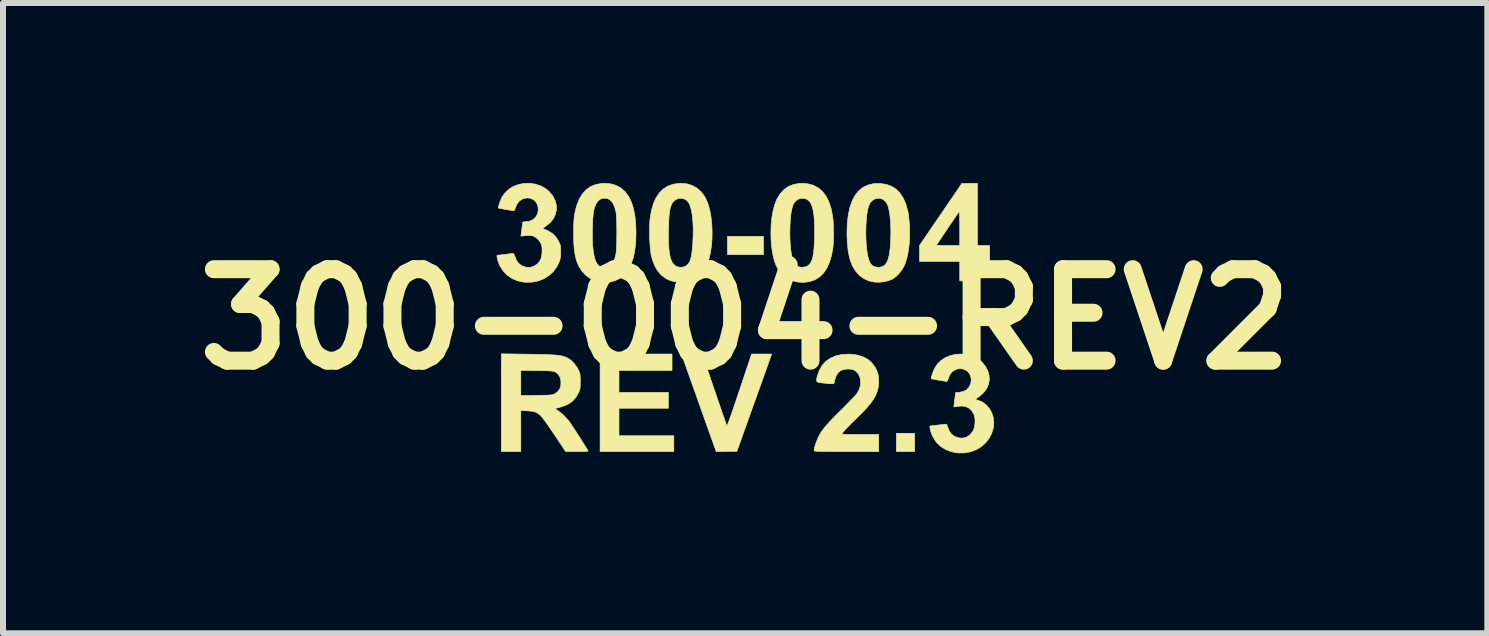
<source format=kicad_pcb>
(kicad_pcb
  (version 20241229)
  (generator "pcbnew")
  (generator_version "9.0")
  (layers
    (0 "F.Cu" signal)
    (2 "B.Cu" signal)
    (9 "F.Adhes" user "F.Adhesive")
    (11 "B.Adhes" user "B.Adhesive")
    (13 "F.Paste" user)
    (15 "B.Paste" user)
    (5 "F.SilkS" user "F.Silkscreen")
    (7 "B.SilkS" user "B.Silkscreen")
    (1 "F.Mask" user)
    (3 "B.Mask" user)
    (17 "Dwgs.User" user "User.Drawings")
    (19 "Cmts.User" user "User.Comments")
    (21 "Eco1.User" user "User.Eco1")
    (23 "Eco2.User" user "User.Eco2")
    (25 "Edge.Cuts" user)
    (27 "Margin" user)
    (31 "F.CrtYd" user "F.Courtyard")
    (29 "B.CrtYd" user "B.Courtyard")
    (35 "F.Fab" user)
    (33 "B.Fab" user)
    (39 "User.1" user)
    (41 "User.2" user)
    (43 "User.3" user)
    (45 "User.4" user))
  (footprint "300-004-REV2"
    (layer "F.Cu")
    (at 9.369 2.271)
    (property "Reference" "300-004-REV2" (at 0 0 0) (layer "F.SilkS") (effects (font (size 1.524 1.524) (thickness 0.3))))
    (attr through_hole)
    (fp_poly (pts (xy 0.305 -1.077) (xy -0.295 -1.077) (xy -0.295 -1.382) (xy 0.305 -1.382) (xy 0.305 -1.077)) (stroke (width 0.01) (type solid)) (fill yes) (layer "F.SilkS"))
    (fp_poly (pts (xy 2.824 2.205) (xy 2.52 2.205) (xy 2.52 1.9) (xy 2.824 1.9) (xy 2.824 2.205)) (stroke (width 0.01) (type solid)) (fill yes) (layer "F.SilkS"))
    (fp_poly (pts (xy -1.219 0.853) (xy -2.103 0.853) (xy -2.103 1.219) (xy -1.28 1.219) (xy -1.28 1.483) (xy -2.103 1.483) (xy -2.103 1.941) (xy -1.189 1.941) (xy -1.189 2.205) (xy -2.418 2.205) (xy -2.418 0.579) (xy -1.219 0.579) (xy -1.219 0.853)) (stroke (width 0.01) (type solid)) (fill yes) (layer "F.SilkS"))
    (fp_poly (pts (xy 3.871 -1.229) (xy 4.074 -1.229) (xy 4.074 -0.965) (xy 3.871 -0.965) (xy 3.871 -0.64) (xy 3.576 -0.64) (xy 3.576 -0.965) (xy 2.906 -0.965) (xy 2.906 -1.23) (xy 2.909 -1.235) (xy 3.19 -1.235) (xy 3.2 -1.233) (xy 3.227 -1.232) (xy 3.268 -1.231) (xy 3.32 -1.23) (xy 3.379 -1.229) (xy 3.383 -1.229) (xy 3.576 -1.229) (xy 3.576 -1.514) (xy 3.576 -1.593) (xy 3.575 -1.661) (xy 3.574 -1.718) (xy 3.572 -1.76) (xy 3.57 -1.786) (xy 3.567 -1.794) (xy 3.56 -1.785) (xy 3.543 -1.761) (xy 3.518 -1.725) (xy 3.486 -1.68) (xy 3.451 -1.627) (xy 3.412 -1.57) (xy 3.372 -1.511) (xy 3.332 -1.451) (xy 3.294 -1.395) (xy 3.259 -1.343) (xy 3.23 -1.299) (xy 3.208 -1.264) (xy 3.194 -1.242) (xy 3.19 -1.235) (xy 2.909 -1.235) (xy 3.612 -2.265) (xy 3.741 -2.265) (xy 3.871 -2.266) (xy 3.871 -1.229)) (stroke (width 0.01) (type solid)) (fill yes) (layer "F.SilkS"))
    (fp_poly (pts (xy 0.433 0.602) (xy 0.429 0.615) (xy 0.418 0.645) (xy 0.401 0.692) (xy 0.38 0.754) (xy 0.353 0.828) (xy 0.322 0.915) (xy 0.288 1.012) (xy 0.25 1.118) (xy 0.209 1.231) (xy 0.167 1.35) (xy 0.144 1.412) (xy -0.138 2.2) (xy -0.31 2.202) (xy -0.483 2.205) (xy -0.77 1.4) (xy -0.813 1.277) (xy -0.855 1.16) (xy -0.894 1.05) (xy -0.93 0.948) (xy -0.963 0.856) (xy -0.991 0.775) (xy -1.015 0.707) (xy -1.034 0.653) (xy -1.048 0.614) (xy -1.055 0.591) (xy -1.057 0.587) (xy -1.047 0.584) (xy -1.02 0.582) (xy -0.98 0.58) (xy -0.93 0.579) (xy -0.886 0.579) (xy -0.716 0.579) (xy -0.515 1.172) (xy -0.479 1.277) (xy -0.445 1.377) (xy -0.413 1.469) (xy -0.385 1.553) (xy -0.359 1.625) (xy -0.338 1.686) (xy -0.322 1.733) (xy -0.311 1.763) (xy -0.305 1.777) (xy -0.305 1.777) (xy -0.3 1.771) (xy -0.29 1.745) (xy -0.273 1.702) (xy -0.251 1.642) (xy -0.224 1.564) (xy -0.192 1.471) (xy -0.155 1.363) (xy -0.114 1.24) (xy -0.095 1.185) (xy 0.107 0.579) (xy 0.439 0.579) (xy 0.433 0.602)) (stroke (width 0.01) (type solid)) (fill yes) (layer "F.SilkS"))
    (fp_poly (pts (xy -0.972 -2.257) (xy -0.882 -2.23) (xy -0.803 -2.186) (xy -0.734 -2.125) (xy -0.676 -2.046) (xy -0.657 -2.013) (xy -0.621 -1.929) (xy -0.592 -1.829) (xy -0.571 -1.718) (xy -0.557 -1.598) (xy -0.551 -1.473) (xy -0.552 -1.347) (xy -0.562 -1.223) (xy -0.58 -1.105) (xy -0.605 -0.996) (xy -0.615 -0.964) (xy -0.657 -0.865) (xy -0.711 -0.782) (xy -0.777 -0.715) (xy -0.853 -0.665) (xy -0.94 -0.632) (xy -1.035 -0.617) (xy -1.139 -0.62) (xy -1.143 -0.621) (xy -1.239 -0.642) (xy -1.323 -0.68) (xy -1.396 -0.735) (xy -1.458 -0.806) (xy -1.509 -0.895) (xy -1.548 -1) (xy -1.567 -1.072) (xy -1.576 -1.128) (xy -1.583 -1.2) (xy -1.589 -1.282) (xy -1.593 -1.37) (xy -1.593 -1.384) (xy -1.279 -1.384) (xy -1.277 -1.273) (xy -1.271 -1.178) (xy -1.262 -1.099) (xy -1.249 -1.034) (xy -1.231 -0.98) (xy -1.209 -0.937) (xy -1.206 -0.934) (xy -1.169 -0.895) (xy -1.122 -0.872) (xy -1.07 -0.865) (xy -1.016 -0.875) (xy -0.991 -0.887) (xy -0.962 -0.909) (xy -0.937 -0.938) (xy -0.918 -0.978) (xy -0.902 -1.03) (xy -0.889 -1.096) (xy -0.88 -1.178) (xy -0.873 -1.267) (xy -0.867 -1.396) (xy -0.866 -1.517) (xy -0.871 -1.628) (xy -0.881 -1.727) (xy -0.895 -1.813) (xy -0.914 -1.883) (xy -0.938 -1.938) (xy -0.965 -1.973) (xy -1.012 -2.004) (xy -1.064 -2.016) (xy -1.115 -2.012) (xy -1.163 -1.99) (xy -1.203 -1.953) (xy -1.218 -1.931) (xy -1.233 -1.899) (xy -1.246 -1.861) (xy -1.256 -1.817) (xy -1.264 -1.762) (xy -1.27 -1.695) (xy -1.274 -1.612) (xy -1.277 -1.514) (xy -1.279 -1.384) (xy -1.593 -1.384) (xy -1.594 -1.459) (xy -1.593 -1.545) (xy -1.59 -1.622) (xy -1.585 -1.674) (xy -1.563 -1.808) (xy -1.53 -1.924) (xy -1.486 -2.023) (xy -1.431 -2.106) (xy -1.365 -2.171) (xy -1.288 -2.22) (xy -1.201 -2.251) (xy -1.103 -2.265) (xy -1.072 -2.266) (xy -0.972 -2.257)) (stroke (width 0.01) (type solid)) (fill yes) (layer "F.SilkS"))
    (fp_poly (pts (xy 2.256 -2.263) (xy 2.353 -2.248) (xy 2.439 -2.217) (xy 2.515 -2.169) (xy 2.58 -2.103) (xy 2.634 -2.021) (xy 2.677 -1.921) (xy 2.71 -1.804) (xy 2.719 -1.76) (xy 2.724 -1.721) (xy 2.73 -1.668) (xy 2.735 -1.606) (xy 2.739 -1.543) (xy 2.74 -1.524) (xy 2.741 -1.385) (xy 2.734 -1.253) (xy 2.718 -1.13) (xy 2.695 -1.019) (xy 2.664 -0.923) (xy 2.642 -0.874) (xy 2.608 -0.819) (xy 2.566 -0.765) (xy 2.518 -0.717) (xy 2.472 -0.681) (xy 2.464 -0.675) (xy 2.394 -0.645) (xy 2.313 -0.625) (xy 2.227 -0.617) (xy 2.151 -0.62) (xy 2.058 -0.641) (xy 1.974 -0.68) (xy 1.9 -0.735) (xy 1.837 -0.807) (xy 1.786 -0.893) (xy 1.748 -0.994) (xy 1.738 -1.031) (xy 1.716 -1.142) (xy 1.703 -1.269) (xy 1.697 -1.408) (xy 1.697 -1.44) (xy 1.698 -1.469) (xy 2.011 -1.469) (xy 2.012 -1.361) (xy 2.017 -1.258) (xy 2.026 -1.164) (xy 2.038 -1.081) (xy 2.054 -1.01) (xy 2.074 -0.955) (xy 2.093 -0.922) (xy 2.131 -0.888) (xy 2.18 -0.869) (xy 2.233 -0.865) (xy 2.285 -0.877) (xy 2.293 -0.88) (xy 2.329 -0.905) (xy 2.358 -0.944) (xy 2.382 -0.997) (xy 2.4 -1.067) (xy 2.413 -1.154) (xy 2.418 -1.204) (xy 2.425 -1.317) (xy 2.428 -1.429) (xy 2.427 -1.538) (xy 2.421 -1.639) (xy 2.413 -1.731) (xy 2.4 -1.811) (xy 2.384 -1.877) (xy 2.367 -1.922) (xy 2.332 -1.97) (xy 2.289 -2.002) (xy 2.24 -2.017) (xy 2.189 -2.014) (xy 2.139 -1.994) (xy 2.112 -1.973) (xy 2.083 -1.94) (xy 2.061 -1.894) (xy 2.043 -1.835) (xy 2.03 -1.759) (xy 2.022 -1.692) (xy 2.014 -1.58) (xy 2.011 -1.469) (xy 1.698 -1.469) (xy 1.702 -1.599) (xy 1.719 -1.741) (xy 1.746 -1.867) (xy 1.784 -1.975) (xy 1.833 -2.066) (xy 1.892 -2.14) (xy 1.962 -2.197) (xy 2.043 -2.236) (xy 2.135 -2.259) (xy 2.237 -2.264) (xy 2.256 -2.263)) (stroke (width 0.01) (type solid)) (fill yes) (layer "F.SilkS"))
    (fp_poly (pts (xy 1.049 -2.257) (xy 1.14 -2.232) (xy 1.22 -2.189) (xy 1.289 -2.129) (xy 1.348 -2.052) (xy 1.395 -1.958) (xy 1.432 -1.847) (xy 1.457 -1.719) (xy 1.458 -1.712) (xy 1.465 -1.65) (xy 1.47 -1.573) (xy 1.472 -1.488) (xy 1.473 -1.401) (xy 1.471 -1.317) (xy 1.467 -1.243) (xy 1.463 -1.199) (xy 1.44 -1.067) (xy 1.406 -0.952) (xy 1.362 -0.853) (xy 1.306 -0.771) (xy 1.241 -0.706) (xy 1.165 -0.659) (xy 1.078 -0.628) (xy 0.982 -0.615) (xy 0.877 -0.62) (xy 0.875 -0.621) (xy 0.791 -0.641) (xy 0.71 -0.679) (xy 0.636 -0.732) (xy 0.574 -0.798) (xy 0.549 -0.833) (xy 0.512 -0.904) (xy 0.482 -0.992) (xy 0.458 -1.093) (xy 0.442 -1.203) (xy 0.432 -1.32) (xy 0.429 -1.44) (xy 0.43 -1.471) (xy 0.745 -1.471) (xy 0.746 -1.36) (xy 0.751 -1.254) (xy 0.761 -1.148) (xy 0.774 -1.062) (xy 0.792 -0.992) (xy 0.816 -0.939) (xy 0.845 -0.902) (xy 0.882 -0.878) (xy 0.925 -0.867) (xy 0.963 -0.867) (xy 1.009 -0.875) (xy 1.043 -0.89) (xy 1.044 -0.891) (xy 1.072 -0.916) (xy 1.095 -0.949) (xy 1.114 -0.99) (xy 1.129 -1.042) (xy 1.14 -1.107) (xy 1.148 -1.187) (xy 1.153 -1.283) (xy 1.156 -1.372) (xy 1.157 -1.507) (xy 1.154 -1.624) (xy 1.147 -1.723) (xy 1.135 -1.806) (xy 1.119 -1.873) (xy 1.097 -1.926) (xy 1.07 -1.966) (xy 1.037 -1.994) (xy 0.999 -2.011) (xy 0.995 -2.012) (xy 0.94 -2.017) (xy 0.889 -2.003) (xy 0.844 -1.973) (xy 0.809 -1.928) (xy 0.794 -1.897) (xy 0.778 -1.839) (xy 0.764 -1.765) (xy 0.754 -1.677) (xy 0.748 -1.577) (xy 0.745 -1.471) (xy 0.43 -1.471) (xy 0.432 -1.56) (xy 0.443 -1.677) (xy 0.461 -1.788) (xy 0.486 -1.889) (xy 0.518 -1.978) (xy 0.531 -2.007) (xy 0.584 -2.093) (xy 0.649 -2.162) (xy 0.723 -2.214) (xy 0.809 -2.248) (xy 0.904 -2.264) (xy 0.947 -2.266) (xy 1.049 -2.257)) (stroke (width 0.01) (type solid)) (fill yes) (layer "F.SilkS"))
    (fp_poly (pts (xy -2.241 -2.257) (xy -2.151 -2.231) (xy -2.072 -2.189) (xy -2.003 -2.129) (xy -1.945 -2.052) (xy -1.898 -1.957) (xy -1.862 -1.846) (xy -1.837 -1.717) (xy -1.823 -1.571) (xy -1.819 -1.433) (xy -1.824 -1.277) (xy -1.841 -1.137) (xy -1.868 -1.013) (xy -1.907 -0.906) (xy -1.956 -0.815) (xy -2.016 -0.741) (xy -2.086 -0.684) (xy -2.166 -0.644) (xy -2.257 -0.621) (xy -2.357 -0.616) (xy -2.416 -0.621) (xy -2.503 -0.642) (xy -2.585 -0.68) (xy -2.658 -0.735) (xy -2.722 -0.804) (xy -2.773 -0.886) (xy -2.808 -0.97) (xy -2.826 -1.035) (xy -2.84 -1.104) (xy -2.849 -1.18) (xy -2.856 -1.267) (xy -2.859 -1.369) (xy -2.859 -1.401) (xy -2.548 -1.401) (xy -2.546 -1.314) (xy -2.542 -1.236) (xy -2.541 -1.221) (xy -2.53 -1.119) (xy -2.514 -1.037) (xy -2.494 -0.971) (xy -2.467 -0.923) (xy -2.434 -0.89) (xy -2.393 -0.871) (xy -2.345 -0.866) (xy -2.331 -0.866) (xy -2.277 -0.878) (xy -2.246 -0.894) (xy -2.213 -0.928) (xy -2.185 -0.98) (xy -2.163 -1.046) (xy -2.152 -1.097) (xy -2.148 -1.136) (xy -2.144 -1.191) (xy -2.141 -1.258) (xy -2.14 -1.333) (xy -2.139 -1.414) (xy -2.139 -1.496) (xy -2.14 -1.575) (xy -2.142 -1.647) (xy -2.145 -1.71) (xy -2.149 -1.758) (xy -2.152 -1.783) (xy -2.174 -1.867) (xy -2.203 -1.933) (xy -2.24 -1.98) (xy -2.285 -2.008) (xy -2.298 -2.012) (xy -2.355 -2.019) (xy -2.405 -2.006) (xy -2.448 -1.975) (xy -2.484 -1.927) (xy -2.511 -1.862) (xy -2.526 -1.799) (xy -2.533 -1.741) (xy -2.54 -1.667) (xy -2.544 -1.582) (xy -2.547 -1.492) (xy -2.548 -1.401) (xy -2.859 -1.401) (xy -2.859 -1.433) (xy -2.859 -1.531) (xy -2.856 -1.612) (xy -2.851 -1.682) (xy -2.843 -1.744) (xy -2.832 -1.802) (xy -2.817 -1.86) (xy -2.803 -1.906) (xy -2.762 -2.008) (xy -2.71 -2.093) (xy -2.647 -2.161) (xy -2.573 -2.213) (xy -2.487 -2.247) (xy -2.391 -2.264) (xy -2.342 -2.266) (xy -2.241 -2.257)) (stroke (width 0.01) (type solid)) (fill yes) (layer "F.SilkS"))
    (fp_poly (pts (xy -3.619 0.582) (xy -3.497 0.584) (xy -3.393 0.586) (xy -3.305 0.589) (xy -3.232 0.592) (xy -3.171 0.596) (xy -3.121 0.601) (xy -3.08 0.607) (xy -3.045 0.614) (xy -3.014 0.623) (xy -2.986 0.633) (xy -2.962 0.645) (xy -2.903 0.683) (xy -2.849 0.737) (xy -2.802 0.802) (xy -2.781 0.841) (xy -2.767 0.871) (xy -2.758 0.895) (xy -2.752 0.92) (xy -2.75 0.951) (xy -2.748 0.992) (xy -2.748 1.036) (xy -2.749 1.09) (xy -2.75 1.129) (xy -2.753 1.158) (xy -2.76 1.182) (xy -2.77 1.208) (xy -2.781 1.232) (xy -2.824 1.305) (xy -2.879 1.365) (xy -2.948 1.413) (xy -3.033 1.45) (xy -3.092 1.468) (xy -3.172 1.489) (xy -3.117 1.525) (xy -3.032 1.593) (xy -2.953 1.677) (xy -2.928 1.709) (xy -2.913 1.73) (xy -2.89 1.766) (xy -2.859 1.813) (xy -2.823 1.867) (xy -2.785 1.927) (xy -2.745 1.989) (xy -2.707 2.05) (xy -2.671 2.107) (xy -2.64 2.156) (xy -2.618 2.192) (xy -2.619 2.197) (xy -2.631 2.2) (xy -2.655 2.202) (xy -2.693 2.204) (xy -2.749 2.204) (xy -2.801 2.204) (xy -2.992 2.204) (xy -3.165 1.944) (xy -3.211 1.876) (xy -3.255 1.811) (xy -3.297 1.751) (xy -3.335 1.699) (xy -3.365 1.658) (xy -3.387 1.63) (xy -3.391 1.626) (xy -3.428 1.588) (xy -3.465 1.562) (xy -3.505 1.544) (xy -3.555 1.533) (xy -3.619 1.527) (xy -3.635 1.526) (xy -3.739 1.521) (xy -3.739 2.205) (xy -4.064 2.205) (xy -4.064 1.272) (xy -3.739 1.272) (xy -3.477 1.268) (xy -3.397 1.267) (xy -3.334 1.266) (xy -3.287 1.264) (xy -3.251 1.262) (xy -3.225 1.259) (xy -3.205 1.255) (xy -3.19 1.25) (xy -3.176 1.243) (xy -3.173 1.242) (xy -3.123 1.206) (xy -3.089 1.159) (xy -3.072 1.101) (xy -3.07 1.036) (xy -3.083 0.974) (xy -3.111 0.923) (xy -3.152 0.886) (xy -3.166 0.878) (xy -3.18 0.872) (xy -3.196 0.867) (xy -3.218 0.864) (xy -3.247 0.861) (xy -3.286 0.859) (xy -3.338 0.857) (xy -3.406 0.856) (xy -3.472 0.856) (xy -3.739 0.852) (xy -3.739 1.272) (xy -4.064 1.272) (xy -4.064 0.576) (xy -3.619 0.582)) (stroke (width 0.01) (type solid)) (fill yes) (layer "F.SilkS"))
    (fp_poly (pts (xy 1.757 0.582) (xy 1.865 0.595) (xy 1.959 0.623) (xy 2.04 0.665) (xy 2.108 0.723) (xy 2.163 0.796) (xy 2.191 0.849) (xy 2.207 0.889) (xy 2.217 0.93) (xy 2.222 0.98) (xy 2.223 1) (xy 2.224 1.071) (xy 2.217 1.138) (xy 2.201 1.202) (xy 2.176 1.265) (xy 2.141 1.329) (xy 2.093 1.397) (xy 2.032 1.47) (xy 1.957 1.55) (xy 1.867 1.64) (xy 1.857 1.65) (xy 1.782 1.722) (xy 1.723 1.782) (xy 1.677 1.83) (xy 1.644 1.867) (xy 1.624 1.893) (xy 1.616 1.911) (xy 1.615 1.913) (xy 1.625 1.915) (xy 1.653 1.917) (xy 1.696 1.918) (xy 1.752 1.919) (xy 1.818 1.92) (xy 1.892 1.92) (xy 1.92 1.92) (xy 2.225 1.92) (xy 2.225 2.205) (xy 1.687 2.205) (xy 1.568 2.205) (xy 1.467 2.205) (xy 1.384 2.204) (xy 1.317 2.204) (xy 1.264 2.203) (xy 1.223 2.202) (xy 1.192 2.2) (xy 1.171 2.198) (xy 1.158 2.196) (xy 1.151 2.193) (xy 1.148 2.19) (xy 1.148 2.188) (xy 1.152 2.156) (xy 1.164 2.111) (xy 1.181 2.059) (xy 1.202 2.006) (xy 1.219 1.966) (xy 1.24 1.926) (xy 1.263 1.887) (xy 1.289 1.849) (xy 1.32 1.808) (xy 1.358 1.763) (xy 1.404 1.712) (xy 1.461 1.652) (xy 1.529 1.583) (xy 1.602 1.511) (xy 1.661 1.452) (xy 1.716 1.396) (xy 1.766 1.344) (xy 1.809 1.299) (xy 1.842 1.262) (xy 1.864 1.237) (xy 1.87 1.228) (xy 1.904 1.162) (xy 1.922 1.093) (xy 1.924 1.027) (xy 1.912 0.965) (xy 1.886 0.91) (xy 1.845 0.866) (xy 1.815 0.846) (xy 1.778 0.834) (xy 1.725 0.829) (xy 1.712 0.829) (xy 1.643 0.836) (xy 1.588 0.857) (xy 1.546 0.893) (xy 1.519 0.938) (xy 1.504 0.977) (xy 1.492 1.017) (xy 1.488 1.034) (xy 1.486 1.051) (xy 1.482 1.063) (xy 1.475 1.071) (xy 1.46 1.075) (xy 1.436 1.075) (xy 1.399 1.073) (xy 1.346 1.067) (xy 1.311 1.064) (xy 1.256 1.058) (xy 1.22 1.051) (xy 1.198 1.041) (xy 1.19 1.025) (xy 1.191 0.999) (xy 1.199 0.961) (xy 1.203 0.945) (xy 1.237 0.849) (xy 1.285 0.767) (xy 1.347 0.699) (xy 1.423 0.647) (xy 1.511 0.609) (xy 1.612 0.587) (xy 1.724 0.581) (xy 1.757 0.582)) (stroke (width 0.01) (type solid)) (fill yes) (layer "F.SilkS"))
    (fp_poly (pts (xy 3.68 0.586) (xy 3.767 0.607) (xy 3.848 0.642) (xy 3.922 0.692) (xy 3.95 0.718) (xy 4.006 0.786) (xy 4.044 0.86) (xy 4.065 0.936) (xy 4.069 1.014) (xy 4.054 1.089) (xy 4.021 1.161) (xy 3.981 1.214) (xy 3.949 1.246) (xy 3.913 1.277) (xy 3.886 1.297) (xy 3.86 1.314) (xy 3.844 1.327) (xy 3.84 1.332) (xy 3.849 1.338) (xy 3.871 1.347) (xy 3.884 1.35) (xy 3.956 1.381) (xy 4.019 1.428) (xy 4.071 1.489) (xy 4.11 1.559) (xy 4.135 1.638) (xy 4.144 1.722) (xy 4.136 1.809) (xy 4.136 1.811) (xy 4.107 1.905) (xy 4.062 1.989) (xy 4.003 2.064) (xy 3.93 2.126) (xy 3.847 2.175) (xy 3.755 2.209) (xy 3.656 2.227) (xy 3.552 2.228) (xy 3.52 2.225) (xy 3.425 2.204) (xy 3.337 2.168) (xy 3.258 2.119) (xy 3.194 2.058) (xy 3.194 2.058) (xy 3.171 2.028) (xy 3.146 1.987) (xy 3.123 1.946) (xy 3.106 1.906) (xy 3.092 1.865) (xy 3.083 1.828) (xy 3.079 1.799) (xy 3.081 1.781) (xy 3.085 1.778) (xy 3.098 1.777) (xy 3.127 1.774) (xy 3.168 1.769) (xy 3.216 1.763) (xy 3.264 1.757) (xy 3.306 1.752) (xy 3.335 1.749) (xy 3.35 1.748) (xy 3.359 1.756) (xy 3.37 1.779) (xy 3.377 1.801) (xy 3.403 1.865) (xy 3.438 1.913) (xy 3.486 1.949) (xy 3.497 1.955) (xy 3.562 1.977) (xy 3.626 1.981) (xy 3.686 1.965) (xy 3.74 1.932) (xy 3.784 1.882) (xy 3.806 1.844) (xy 3.822 1.795) (xy 3.83 1.736) (xy 3.831 1.675) (xy 3.823 1.618) (xy 3.811 1.58) (xy 3.774 1.521) (xy 3.726 1.478) (xy 3.668 1.453) (xy 3.6 1.446) (xy 3.541 1.452) (xy 3.509 1.457) (xy 3.486 1.46) (xy 3.479 1.46) (xy 3.479 1.45) (xy 3.482 1.423) (xy 3.486 1.385) (xy 3.492 1.34) (xy 3.508 1.221) (xy 3.565 1.217) (xy 3.634 1.204) (xy 3.689 1.177) (xy 3.73 1.134) (xy 3.757 1.077) (xy 3.76 1.066) (xy 3.768 1.004) (xy 3.758 0.948) (xy 3.734 0.899) (xy 3.698 0.861) (xy 3.651 0.835) (xy 3.598 0.823) (xy 3.54 0.828) (xy 3.5 0.842) (xy 3.449 0.876) (xy 3.41 0.926) (xy 3.388 0.981) (xy 3.377 1.011) (xy 3.367 1.031) (xy 3.361 1.036) (xy 3.346 1.035) (xy 3.316 1.03) (xy 3.277 1.024) (xy 3.233 1.016) (xy 3.189 1.009) (xy 3.15 1.001) (xy 3.119 0.995) (xy 3.102 0.991) (xy 3.101 0.991) (xy 3.101 0.978) (xy 3.107 0.952) (xy 3.118 0.918) (xy 3.131 0.879) (xy 3.147 0.841) (xy 3.16 0.813) (xy 3.206 0.743) (xy 3.266 0.685) (xy 3.337 0.639) (xy 3.417 0.606) (xy 3.503 0.586) (xy 3.591 0.579) (xy 3.68 0.586)) (stroke (width 0.01) (type solid)) (fill yes) (layer "F.SilkS"))
    (fp_poly (pts (xy -3.495 -2.252) (xy -3.405 -2.222) (xy -3.324 -2.176) (xy -3.266 -2.127) (xy -3.207 -2.057) (xy -3.168 -1.981) (xy -3.147 -1.904) (xy -3.145 -1.826) (xy -3.162 -1.75) (xy -3.196 -1.678) (xy -3.248 -1.612) (xy -3.318 -1.554) (xy -3.33 -1.546) (xy -3.36 -1.525) (xy -3.372 -1.511) (xy -3.366 -1.504) (xy -3.36 -1.504) (xy -3.336 -1.498) (xy -3.302 -1.483) (xy -3.263 -1.461) (xy -3.224 -1.436) (xy -3.191 -1.411) (xy -3.179 -1.4) (xy -3.152 -1.367) (xy -3.124 -1.325) (xy -3.105 -1.29) (xy -3.09 -1.258) (xy -3.081 -1.23) (xy -3.076 -1.202) (xy -3.075 -1.165) (xy -3.075 -1.123) (xy -3.077 -1.061) (xy -3.083 -1.013) (xy -3.094 -0.972) (xy -3.096 -0.964) (xy -3.14 -0.873) (xy -3.198 -0.794) (xy -3.271 -0.728) (xy -3.354 -0.676) (xy -3.447 -0.64) (xy -3.547 -0.619) (xy -3.654 -0.616) (xy -3.701 -0.621) (xy -3.8 -0.643) (xy -3.89 -0.683) (xy -3.969 -0.739) (xy -4.035 -0.808) (xy -4.088 -0.89) (xy -4.124 -0.983) (xy -4.129 -1.006) (xy -4.136 -1.041) (xy -4.137 -1.06) (xy -4.132 -1.067) (xy -4.131 -1.067) (xy -4.117 -1.068) (xy -4.087 -1.071) (xy -4.045 -1.076) (xy -3.998 -1.082) (xy -3.949 -1.088) (xy -3.908 -1.093) (xy -3.878 -1.096) (xy -3.864 -1.097) (xy -3.855 -1.088) (xy -3.844 -1.065) (xy -3.836 -1.044) (xy -3.811 -0.98) (xy -3.775 -0.931) (xy -3.728 -0.896) (xy -3.717 -0.89) (xy -3.651 -0.867) (xy -3.587 -0.865) (xy -3.525 -0.882) (xy -3.467 -0.919) (xy -3.467 -0.919) (xy -3.428 -0.961) (xy -3.403 -1.011) (xy -3.389 -1.074) (xy -3.385 -1.113) (xy -3.385 -1.18) (xy -3.392 -1.233) (xy -3.41 -1.277) (xy -3.438 -1.316) (xy -3.453 -1.332) (xy -3.497 -1.37) (xy -3.542 -1.391) (xy -3.594 -1.399) (xy -3.657 -1.395) (xy -3.662 -1.394) (xy -3.698 -1.389) (xy -3.724 -1.386) (xy -3.736 -1.386) (xy -3.736 -1.386) (xy -3.736 -1.396) (xy -3.733 -1.423) (xy -3.728 -1.461) (xy -3.724 -1.494) (xy -3.718 -1.539) (xy -3.713 -1.578) (xy -3.709 -1.604) (xy -3.709 -1.613) (xy -3.699 -1.622) (xy -3.672 -1.626) (xy -3.666 -1.626) (xy -3.598 -1.634) (xy -3.54 -1.658) (xy -3.495 -1.697) (xy -3.464 -1.749) (xy -3.453 -1.783) (xy -3.448 -1.847) (xy -3.459 -1.904) (xy -3.485 -1.952) (xy -3.522 -1.989) (xy -3.569 -2.014) (xy -3.623 -2.023) (xy -3.682 -2.015) (xy -3.714 -2.003) (xy -3.765 -1.969) (xy -3.803 -1.919) (xy -3.827 -1.864) (xy -3.838 -1.834) (xy -3.848 -1.814) (xy -3.854 -1.808) (xy -3.869 -1.81) (xy -3.898 -1.815) (xy -3.937 -1.821) (xy -3.981 -1.828) (xy -4.024 -1.836) (xy -4.064 -1.844) (xy -4.094 -1.85) (xy -4.111 -1.853) (xy -4.113 -1.854) (xy -4.113 -1.866) (xy -4.107 -1.892) (xy -4.096 -1.927) (xy -4.083 -1.965) (xy -4.068 -2.002) (xy -4.056 -2.03) (xy -4.023 -2.081) (xy -3.976 -2.133) (xy -3.922 -2.178) (xy -3.873 -2.209) (xy -3.781 -2.245) (xy -3.686 -2.264) (xy -3.589 -2.266) (xy -3.495 -2.252)) (stroke (width 0.01) (type solid)) (fill yes) (layer "F.SilkS")))
  (gr_rect
    (start -3 -3)
    (end 21.738 7.504)
    (stroke (width 0.1) (type default))
    (fill no)
    (layer "Edge.Cuts")))
</source>
